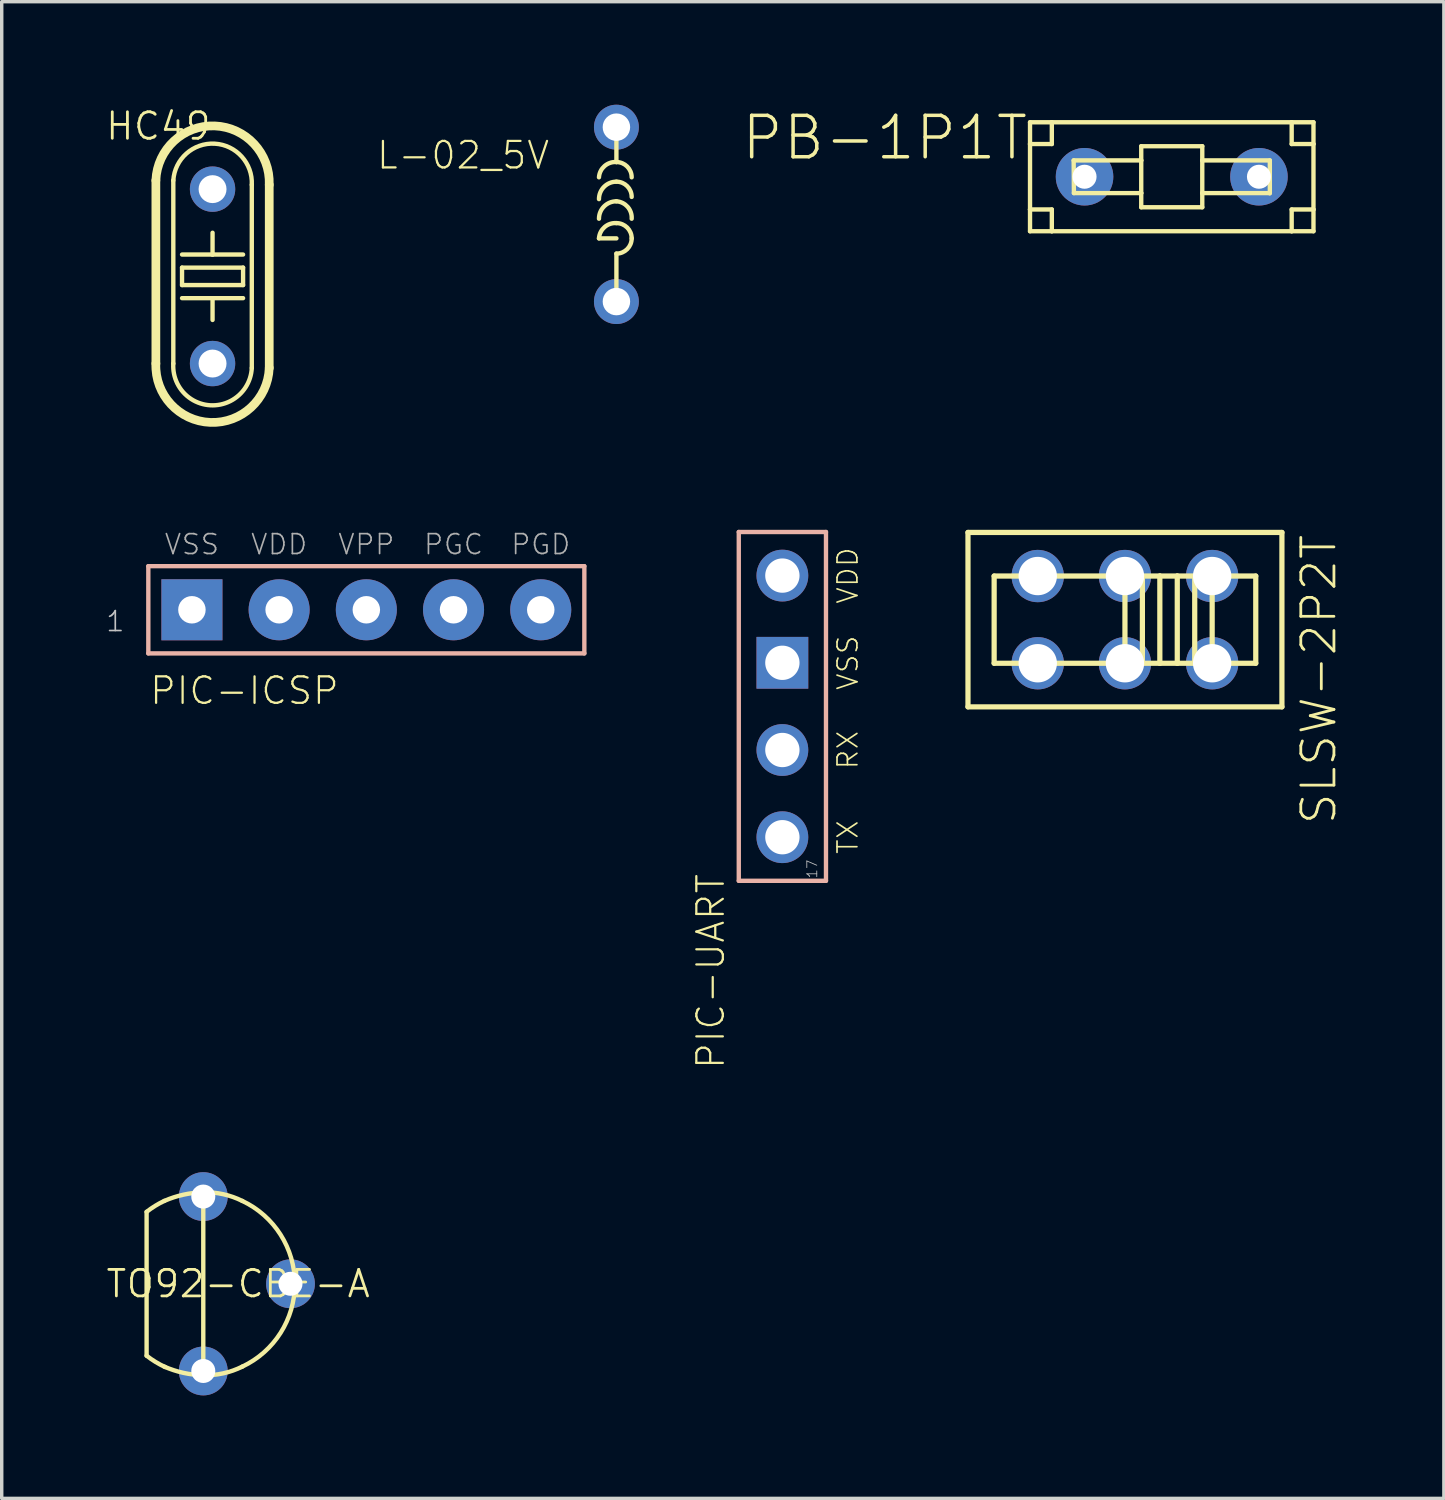
<source format=kicad_pcb>
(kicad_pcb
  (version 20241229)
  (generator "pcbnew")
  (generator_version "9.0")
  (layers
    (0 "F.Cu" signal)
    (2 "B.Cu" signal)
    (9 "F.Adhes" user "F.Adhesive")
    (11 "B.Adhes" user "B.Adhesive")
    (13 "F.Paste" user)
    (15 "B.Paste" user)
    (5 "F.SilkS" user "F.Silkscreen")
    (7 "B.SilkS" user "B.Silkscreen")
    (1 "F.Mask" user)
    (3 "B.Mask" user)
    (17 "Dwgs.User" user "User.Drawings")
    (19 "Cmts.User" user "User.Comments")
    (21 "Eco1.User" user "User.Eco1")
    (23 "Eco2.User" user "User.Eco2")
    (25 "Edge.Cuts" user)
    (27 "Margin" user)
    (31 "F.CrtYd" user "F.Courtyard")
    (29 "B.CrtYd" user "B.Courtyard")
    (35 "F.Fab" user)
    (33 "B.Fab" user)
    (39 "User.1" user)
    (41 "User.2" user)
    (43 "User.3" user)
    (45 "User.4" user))
  (footprint "TO92-CBE-A"
    (layer "F.Cu")
    (at 2.871 34.342)
    (property "Reference" "TO92-CBE-A" (at 1.016 0 0) (layer "F.SilkS") (effects (font (size 0.772 0.772) (thickness 0.081))))
    (attr through_hole)
    (fp_line (start -1.651 -2.095) (end -1.651 2.095) (stroke (width 0.127) (type solid)) (layer "F.SilkS"))
    (fp_line (start 0 2.664) (end 0 -2.664) (stroke (width 0.127) (type solid)) (layer "F.SilkS"))
    (fp_arc (start -1.651 -2.095) (mid -1.40252 -2.268918) (end -1.1359 -2.4135) (stroke (width 0.127) (type solid)) (layer "F.SilkS"))
    (fp_arc (start -1.1359 -2.413) (mid -0.580299 -2.594385) (end 0 -2.664) (stroke (width 0.127) (type solid)) (layer "F.SilkS"))
    (fp_arc (start -1.1118 2.4247) (mid -1.391201 2.275878) (end -1.651 2.095) (stroke (width 0.127) (type solid)) (layer "F.SilkS"))
    (fp_arc (start 0 -2.664) (mid 0.583325 -2.608078) (end 1.1359 -2.413) (stroke (width 0.127) (type solid)) (layer "F.SilkS"))
    (fp_arc (start 0 2.664) (mid -0.580299 2.594385) (end -1.1359 2.413) (stroke (width 0.127) (type solid)) (layer "F.SilkS"))
    (fp_arc (start 1.1359 -2.413) (mid 2.666986 -0.000001) (end 1.135901 2.412999) (stroke (width 0.127) (type solid)) (layer "F.SilkS"))
    (fp_arc (start 1.1359 2.413) (mid 0.583325 2.608079) (end 0 2.664) (stroke (width 0.127) (type solid)) (layer "F.SilkS"))
    (pad "B" thru_hole circle (at 2.54 0) (size 1.422 1.422) (drill 0.7) (layers "*.Cu" "*.Mask"))
    (pad "C" thru_hole circle (at 0 -2.54) (size 1.422 1.422) (drill 0.7) (layers "*.Cu" "*.Mask"))
    (pad "E" thru_hole circle (at 0 2.54) (size 1.422 1.422) (drill 0.7) (layers "*.Cu" "*.Mask")))
  (footprint "L-02_5V"
    (layer "F.Cu")
    (at 14.904 3.194)
    (property "Reference" "L-02_5V" (at -1.905 -1.27 0) (layer "F.SilkS") (effects (font (size 0.772 0.772) (thickness 0.065)) (justify right bottom)))
    (attr through_hole)
    (fp_line (start -0.508 0.699) (end 0 0.699) (stroke (width 0.127) (type solid)) (layer "F.SilkS"))
    (fp_line (start 0 -2.54) (end 0 -1.524) (stroke (width 0.127) (type solid)) (layer "F.SilkS"))
    (fp_line (start 0 1.143) (end 0 2.54) (stroke (width 0.127) (type solid)) (layer "F.SilkS"))
    (fp_arc (start -0.508001 -0.444499) (mid -0.359211 -0.80371) (end 0 -0.9525) (stroke (width 0.127) (type solid)) (layer "F.SilkS"))
    (fp_arc (start -0.508 0.127) (mid -0.35921 -0.23221) (end 0 -0.381) (stroke (width 0.127) (type solid)) (layer "F.SilkS"))
    (fp_arc (start -0.507999 -1.079499) (mid -0.346059 -1.40696) (end 0 -1.524) (stroke (width 0.127) (type solid)) (layer "F.SilkS"))
    (fp_arc (start -0.507999 0.698501) (mid -0.346059 0.37104) (end 0 0.254) (stroke (width 0.127) (type solid)) (layer "F.SilkS"))
    (fp_arc (start 0 -1.524) (mid 0.314309 -1.393809) (end 0.4445 -1.0795) (stroke (width 0.127) (type solid)) (layer "F.SilkS"))
    (fp_arc (start 0 -0.9525) (mid 0.314309 -0.822309) (end 0.4445 -0.508) (stroke (width 0.127) (type solid)) (layer "F.SilkS"))
    (fp_arc (start 0 -0.381) (mid 0.32746 -0.219059) (end 0.4445 0.127) (stroke (width 0.127) (type solid)) (layer "F.SilkS"))
    (fp_arc (start 0 0.254) (mid 0.314309 0.384191) (end 0.4445 0.6985) (stroke (width 0.127) (type solid)) (layer "F.SilkS"))
    (fp_arc (start 0.4445 0.6985) (mid 0.314309 1.012809) (end 0 1.143) (stroke (width 0.127) (type solid)) (layer "F.SilkS"))
    (pad "1" thru_hole circle (at 0 -2.54 180) (size 1.308 1.308) (drill 0.8) (layers "*.Cu" "*.Mask"))
    (pad "2" thru_hole circle (at 0 2.54 180) (size 1.308 1.308) (drill 0.8) (layers "*.Cu" "*.Mask")))
  (footprint "SLSW-2P2T"
    (layer "F.Cu")
    (at 29.716 14.998)
    (property "Reference" "SLSW-2P2T" (at 5.08 -2.54 90) (layer "F.SilkS") (effects (font (size 0.965 0.965) (thickness 0.081)) (justify right top)))
    (attr through_hole)
    (fp_line (start -4.572 -2.54) (end -4.572 2.54) (stroke (width 0.152) (type solid)) (layer "F.SilkS"))
    (fp_line (start -4.572 -2.54) (end 4.572 -2.54) (stroke (width 0.152) (type solid)) (layer "F.SilkS"))
    (fp_line (start -4.572 2.54) (end 4.572 2.54) (stroke (width 0.152) (type solid)) (layer "F.SilkS"))
    (fp_line (start -3.81 -1.27) (end -3.81 1.27) (stroke (width 0.152) (type solid)) (layer "F.SilkS"))
    (fp_line (start -3.81 -1.27) (end 0 -1.27) (stroke (width 0.152) (type solid)) (layer "F.SilkS"))
    (fp_line (start 0 -1.27) (end 0 1.27) (stroke (width 0.152) (type solid)) (layer "F.SilkS"))
    (fp_line (start 0 -1.27) (end 0.508 -1.27) (stroke (width 0.152) (type solid)) (layer "F.SilkS"))
    (fp_line (start 0 1.27) (end -3.81 1.27) (stroke (width 0.152) (type solid)) (layer "F.SilkS"))
    (fp_line (start 0.508 -1.27) (end 0.508 1.27) (stroke (width 0.152) (type solid)) (layer "F.SilkS"))
    (fp_line (start 0.508 -1.27) (end 1.016 -1.27) (stroke (width 0.152) (type solid)) (layer "F.SilkS"))
    (fp_line (start 0.508 1.27) (end 0 1.27) (stroke (width 0.152) (type solid)) (layer "F.SilkS"))
    (fp_line (start 1.016 -1.27) (end 1.524 -1.27) (stroke (width 0.152) (type solid)) (layer "F.SilkS"))
    (fp_line (start 1.016 1.27) (end 0.508 1.27) (stroke (width 0.152) (type solid)) (layer "F.SilkS"))
    (fp_line (start 1.016 1.27) (end 1.016 -1.27) (stroke (width 0.152) (type solid)) (layer "F.SilkS"))
    (fp_line (start 1.016 1.27) (end 1.524 1.27) (stroke (width 0.152) (type solid)) (layer "F.SilkS"))
    (fp_line (start 1.524 -1.27) (end 2.032 -1.27) (stroke (width 0.152) (type solid)) (layer "F.SilkS"))
    (fp_line (start 1.524 1.27) (end 1.524 -1.27) (stroke (width 0.152) (type solid)) (layer "F.SilkS"))
    (fp_line (start 2.032 -1.27) (end 2.54 -1.27) (stroke (width 0.152) (type solid)) (layer "F.SilkS"))
    (fp_line (start 2.032 1.27) (end 1.524 1.27) (stroke (width 0.152) (type solid)) (layer "F.SilkS"))
    (fp_line (start 2.032 1.27) (end 2.032 -1.27) (stroke (width 0.152) (type solid)) (layer "F.SilkS"))
    (fp_line (start 2.54 -1.27) (end 3.81 -1.27) (stroke (width 0.152) (type solid)) (layer "F.SilkS"))
    (fp_line (start 2.54 1.27) (end 2.032 1.27) (stroke (width 0.152) (type solid)) (layer "F.SilkS"))
    (fp_line (start 2.54 1.27) (end 2.54 -1.27) (stroke (width 0.152) (type solid)) (layer "F.SilkS"))
    (fp_line (start 3.81 1.27) (end 2.54 1.27) (stroke (width 0.152) (type solid)) (layer "F.SilkS"))
    (fp_line (start 3.81 1.27) (end 3.81 -1.27) (stroke (width 0.152) (type solid)) (layer "F.SilkS"))
    (fp_line (start 4.572 2.54) (end 4.572 -2.54) (stroke (width 0.152) (type solid)) (layer "F.SilkS"))
    (pad "1" thru_hole circle (at 2.54 -1.27 270) (size 1.524 1.524) (drill 1.118) (layers "*.Cu" "*.Mask"))
    (pad "2" thru_hole circle (at 0 -1.27 270) (size 1.524 1.524) (drill 1.118) (layers "*.Cu" "*.Mask"))
    (pad "3" thru_hole circle (at -2.54 -1.27 270) (size 1.524 1.524) (drill 1.118) (layers "*.Cu" "*.Mask"))
    (pad "4" thru_hole circle (at 2.54 1.27 270) (size 1.524 1.524) (drill 1.118) (layers "*.Cu" "*.Mask"))
    (pad "5" thru_hole circle (at 0 1.27 270) (size 1.524 1.524) (drill 1.118) (layers "*.Cu" "*.Mask"))
    (pad "6" thru_hole circle (at -2.54 1.27 270) (size 1.524 1.524) (drill 1.118) (layers "*.Cu" "*.Mask")))
  (footprint "PIC-ICSP"
    (layer "F.Cu")
    (at 7.62 14.711)
    (property "Reference" "PIC-ICSP" (at -6.35 1.905 0) (layer "F.SilkS") (effects (font (size 0.772 0.772) (thickness 0.065)) (justify left top)))
    (attr through_hole)
    (fp_line (start -6.35 -1.27) (end 6.35 -1.27) (stroke (width 0.127) (type solid)) (layer "B.SilkS"))
    (fp_line (start -6.35 1.27) (end -6.35 -1.27) (stroke (width 0.127) (type solid)) (layer "B.SilkS"))
    (fp_line (start 6.35 -1.27) (end 6.35 1.27) (stroke (width 0.127) (type solid)) (layer "B.SilkS"))
    (fp_line (start 6.35 1.27) (end -6.35 1.27) (stroke (width 0.127) (type solid)) (layer "B.SilkS"))
    (fp_text user "1" (at -7.62 0 0) (layer "Dwgs.User") (effects (font (size 0.579 0.579) (thickness 0.049)) (justify left top)))
    (fp_text user "VPP" (at 0 -1.905 0) (layer "F.Fab") (effects (font (size 0.579 0.579) (thickness 0.049))))
    (fp_text user "PGC" (at 2.54 -1.905 0) (layer "F.Fab") (effects (font (size 0.579 0.579) (thickness 0.049))))
    (fp_text user "PGD" (at 5.08 -1.905 0) (layer "F.Fab") (effects (font (size 0.579 0.579) (thickness 0.049))))
    (fp_text user "VSS" (at -5.08 -1.905 0) (layer "F.Fab") (effects (font (size 0.579 0.579) (thickness 0.049))))
    (fp_text user "VDD" (at -2.54 -1.905 0) (layer "F.Fab") (effects (font (size 0.579 0.579) (thickness 0.049))))
    (pad "1" thru_hole rect (at -5.08 0 180) (size 1.778 1.778) (drill 0.8) (layers "*.Cu" "*.Mask"))
    (pad "2" thru_hole circle (at -2.54 0 180) (size 1.778 1.778) (drill 0.8) (layers "*.Cu" "*.Mask"))
    (pad "3" thru_hole circle (at 0 0 180) (size 1.778 1.778) (drill 0.8) (layers "*.Cu" "*.Mask"))
    (pad "4" thru_hole circle (at 2.54 0 180) (size 1.778 1.778) (drill 0.8) (layers "*.Cu" "*.Mask"))
    (pad "5" thru_hole circle (at 5.08 0 180) (size 1.778 1.778) (drill 0.8) (layers "*.Cu" "*.Mask")))
  (footprint "PB-1P1T"
    (layer "F.Cu")
    (at 31.079 2.098)
    (property "Reference" "PB-1P1T" (at -4.128 -1.841 0) (layer "F.SilkS") (effects (font (size 1.206 1.206) (thickness 0.102)) (justify right top)))
    (attr through_hole)
    (fp_line (start -4.128 -1.587) (end -3.493 -1.587) (stroke (width 0.127) (type solid)) (layer "F.SilkS"))
    (fp_line (start -4.128 -0.953) (end -4.128 -1.587) (stroke (width 0.127) (type solid)) (layer "F.SilkS"))
    (fp_line (start -4.128 -0.953) (end -4.128 0.953) (stroke (width 0.127) (type solid)) (layer "F.SilkS"))
    (fp_line (start -4.128 0.953) (end -4.128 1.587) (stroke (width 0.127) (type solid)) (layer "F.SilkS"))
    (fp_line (start -4.128 0.953) (end -3.493 0.953) (stroke (width 0.127) (type solid)) (layer "F.SilkS"))
    (fp_line (start -4.128 1.587) (end -3.493 1.587) (stroke (width 0.127) (type solid)) (layer "F.SilkS"))
    (fp_line (start -3.493 -1.587) (end -3.493 -0.953) (stroke (width 0.127) (type solid)) (layer "F.SilkS"))
    (fp_line (start -3.493 -0.953) (end -4.128 -0.953) (stroke (width 0.127) (type solid)) (layer "F.SilkS"))
    (fp_line (start -3.493 0.953) (end -3.493 1.587) (stroke (width 0.127) (type solid)) (layer "F.SilkS"))
    (fp_line (start -3.493 1.587) (end 3.493 1.587) (stroke (width 0.127) (type solid)) (layer "F.SilkS"))
    (fp_line (start -2.857 -0.476) (end -0.889 -0.476) (stroke (width 0.127) (type solid)) (layer "F.SilkS"))
    (fp_line (start -2.85 0.476) (end -2.857 -0.476) (stroke (width 0.127) (type solid)) (layer "F.SilkS"))
    (fp_line (start -0.889 -0.889) (end -0.889 -0.476) (stroke (width 0.127) (type solid)) (layer "F.SilkS"))
    (fp_line (start -0.889 -0.476) (end -0.889 0.476) (stroke (width 0.127) (type solid)) (layer "F.SilkS"))
    (fp_line (start -0.889 0.476) (end -2.85 0.476) (stroke (width 0.127) (type solid)) (layer "F.SilkS"))
    (fp_line (start -0.889 0.476) (end -0.889 0.889) (stroke (width 0.127) (type solid)) (layer "F.SilkS"))
    (fp_line (start -0.889 0.889) (end 0.889 0.889) (stroke (width 0.127) (type solid)) (layer "F.SilkS"))
    (fp_line (start 0.889 -0.889) (end -0.889 -0.889) (stroke (width 0.127) (type solid)) (layer "F.SilkS"))
    (fp_line (start 0.889 -0.476) (end 0.889 -0.889) (stroke (width 0.127) (type solid)) (layer "F.SilkS"))
    (fp_line (start 0.889 -0.476) (end 2.857 -0.476) (stroke (width 0.127) (type solid)) (layer "F.SilkS"))
    (fp_line (start 0.889 0.476) (end 0.889 -0.476) (stroke (width 0.127) (type solid)) (layer "F.SilkS"))
    (fp_line (start 0.889 0.889) (end 0.889 0.476) (stroke (width 0.127) (type solid)) (layer "F.SilkS"))
    (fp_line (start 2.85 0.476) (end 0.889 0.476) (stroke (width 0.127) (type solid)) (layer "F.SilkS"))
    (fp_line (start 2.857 -0.476) (end 2.857 0.484) (stroke (width 0.127) (type solid)) (layer "F.SilkS"))
    (fp_line (start 3.493 -1.587) (end -3.493 -1.587) (stroke (width 0.127) (type solid)) (layer "F.SilkS"))
    (fp_line (start 3.493 -1.587) (end 4.128 -1.587) (stroke (width 0.127) (type solid)) (layer "F.SilkS"))
    (fp_line (start 3.493 -0.953) (end 3.493 -1.587) (stroke (width 0.127) (type solid)) (layer "F.SilkS"))
    (fp_line (start 3.493 0.953) (end 4.128 0.953) (stroke (width 0.127) (type solid)) (layer "F.SilkS"))
    (fp_line (start 3.493 1.587) (end 3.493 0.953) (stroke (width 0.127) (type solid)) (layer "F.SilkS"))
    (fp_line (start 4.128 -1.587) (end 4.128 -0.953) (stroke (width 0.127) (type solid)) (layer "F.SilkS"))
    (fp_line (start 4.128 -0.953) (end 3.493 -0.953) (stroke (width 0.127) (type solid)) (layer "F.SilkS"))
    (fp_line (start 4.128 0.953) (end 4.128 -0.953) (stroke (width 0.127) (type solid)) (layer "F.SilkS"))
    (fp_line (start 4.128 0.953) (end 4.128 1.587) (stroke (width 0.127) (type solid)) (layer "F.SilkS"))
    (fp_line (start 4.128 1.587) (end 3.493 1.587) (stroke (width 0.127) (type solid)) (layer "F.SilkS"))
    (pad "1" thru_hole circle (at 2.54 0 180) (size 1.676 1.676) (drill 0.7) (layers "*.Cu" "*.Mask"))
    (pad "2" thru_hole circle (at -2.54 0 180) (size 1.676 1.676) (drill 0.7) (layers "*.Cu" "*.Mask")))
  (footprint "PIC-UART"
    (layer "F.Cu")
    (at 19.738 21.335)
    (property "Reference" "PIC-UART" (at -2.54 1.016 90) (layer "F.SilkS") (effects (font (size 0.772 0.772) (thickness 0.065)) (justify right top)))
    (attr through_hole)
    (fp_line (start -1.27 -8.89) (end 1.27 -8.89) (stroke (width 0.127) (type solid)) (layer "B.SilkS"))
    (fp_line (start -1.27 1.27) (end -1.27 -8.89) (stroke (width 0.127) (type solid)) (layer "B.SilkS"))
    (fp_line (start 1.27 -8.89) (end 1.27 1.27) (stroke (width 0.127) (type solid)) (layer "B.SilkS"))
    (fp_line (start 1.27 1.27) (end -1.27 1.27) (stroke (width 0.127) (type solid)) (layer "B.SilkS"))
    (fp_text user "VDD" (at 1.905 -7.62 90) (layer "F.SilkS") (effects (font (size 0.579 0.579) (thickness 0.049))))
    (fp_text user "VSS" (at 1.905 -5.08 90) (layer "F.SilkS") (effects (font (size 0.579 0.579) (thickness 0.049))))
    (fp_text user "TX" (at 1.905 0 90) (layer "F.SilkS") (effects (font (size 0.579 0.579) (thickness 0.049))))
    (fp_text user "RX" (at 1.905 -2.54 90) (layer "F.SilkS") (effects (font (size 0.579 0.579) (thickness 0.049))))
    (fp_text user "17" (at 0.699 0.635 90) (layer "Dwgs.User") (effects (font (size 0.29 0.29) (thickness 0.024)) (justify right top)))
    (pad "17" thru_hole circle (at 0 0 270) (size 1.508 1.508) (drill 1) (layers "*.Cu" "*.Mask"))
    (pad "18" thru_hole circle (at 0 -2.54 270) (size 1.508 1.508) (drill 1) (layers "*.Cu" "*.Mask"))
    (pad "19" thru_hole rect (at 0 -5.08 270) (size 1.508 1.508) (drill 1) (layers "*.Cu" "*.Mask"))
    (pad "20" thru_hole circle (at 0 -7.62 270) (size 1.508 1.508) (drill 1) (layers "*.Cu" "*.Mask")))
  (footprint "HC49"
    (layer "F.Cu")
    (at 3.141 4.999)
    (property "Reference" "HC49" (at 0 -4.826 0) (layer "F.SilkS") (effects (font (size 0.772 0.772) (thickness 0.081)) (justify right top)))
    (attr through_hole)
    (fp_line (start -1.651 -2.794) (end -1.651 2.54) (stroke (width 0.254) (type solid)) (layer "F.SilkS"))
    (fp_line (start -1.143 2.54) (end -1.143 -2.794) (stroke (width 0.127) (type solid)) (layer "F.SilkS"))
    (fp_line (start -0.889 -0.635) (end 0 -0.635) (stroke (width 0.127) (type solid)) (layer "F.SilkS"))
    (fp_line (start -0.889 -0.254) (end 0.889 -0.254) (stroke (width 0.127) (type solid)) (layer "F.SilkS"))
    (fp_line (start -0.889 0.254) (end -0.889 -0.254) (stroke (width 0.127) (type solid)) (layer "F.SilkS"))
    (fp_line (start -0.889 0.635) (end 0 0.635) (stroke (width 0.127) (type solid)) (layer "F.SilkS"))
    (fp_line (start 0 -0.635) (end 0 -1.27) (stroke (width 0.127) (type solid)) (layer "F.SilkS"))
    (fp_line (start 0 -0.635) (end 0.889 -0.635) (stroke (width 0.127) (type solid)) (layer "F.SilkS"))
    (fp_line (start 0 0.635) (end 0 1.27) (stroke (width 0.127) (type solid)) (layer "F.SilkS"))
    (fp_line (start 0 0.635) (end 0.889 0.635) (stroke (width 0.127) (type solid)) (layer "F.SilkS"))
    (fp_line (start 0.889 -0.254) (end 0.889 0.254) (stroke (width 0.127) (type solid)) (layer "F.SilkS"))
    (fp_line (start 0.889 0.254) (end -0.889 0.254) (stroke (width 0.127) (type solid)) (layer "F.SilkS"))
    (fp_line (start 1.143 2.667) (end 1.143 -2.667) (stroke (width 0.127) (type solid)) (layer "F.SilkS"))
    (fp_line (start 1.651 2.667) (end 1.651 -2.667) (stroke (width 0.254) (type solid)) (layer "F.SilkS"))
    (fp_arc (start -1.651 -2.794) (mid 0.0635 -4.3815) (end 1.651 -2.667) (stroke (width 0.254) (type solid)) (layer "F.SilkS"))
    (fp_arc (start -1.143 -2.794) (mid 0.0635 -3.8735) (end 1.143 -2.667) (stroke (width 0.127) (type solid)) (layer "F.SilkS"))
    (fp_arc (start 1.143 2.667) (mid -0.0635 3.7465) (end -1.143 2.54) (stroke (width 0.127) (type solid)) (layer "F.SilkS"))
    (fp_arc (start 1.651 2.667) (mid -0.0635 4.2545) (end -1.651 2.54) (stroke (width 0.254) (type solid)) (layer "F.SilkS"))
    (pad "1" thru_hole circle (at 0 2.54 90) (size 1.321 1.321) (drill 0.813) (layers "*.Cu" "*.Mask"))
    (pad "2" thru_hole circle (at 0 -2.54 90) (size 1.321 1.321) (drill 0.813) (layers "*.Cu" "*.Mask")))
  (gr_rect
    (start -3 -3)
    (end 39.005 40.593)
    (stroke (width 0.1) (type default))
    (fill no)
    (layer "Edge.Cuts")))
</source>
